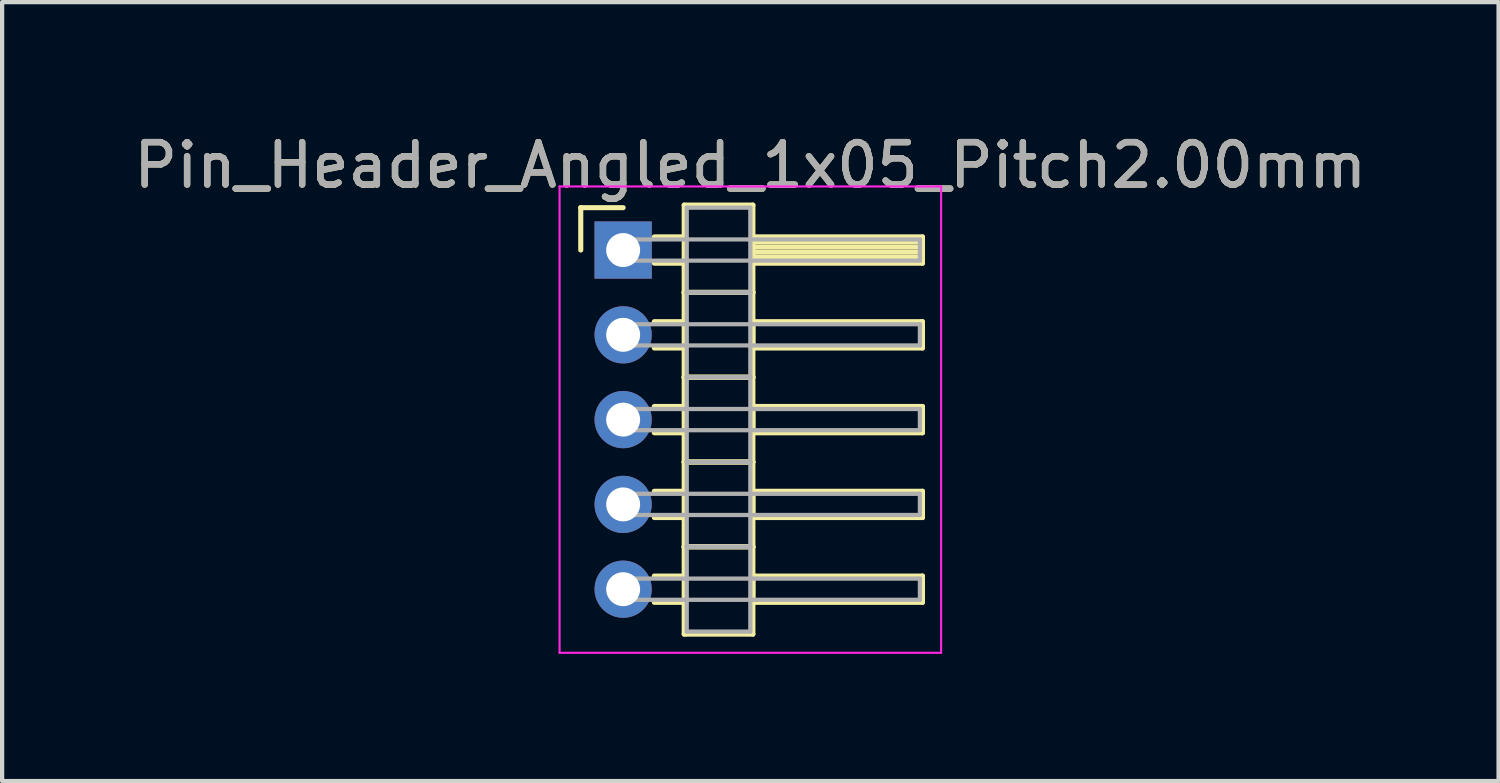
<source format=kicad_pcb>
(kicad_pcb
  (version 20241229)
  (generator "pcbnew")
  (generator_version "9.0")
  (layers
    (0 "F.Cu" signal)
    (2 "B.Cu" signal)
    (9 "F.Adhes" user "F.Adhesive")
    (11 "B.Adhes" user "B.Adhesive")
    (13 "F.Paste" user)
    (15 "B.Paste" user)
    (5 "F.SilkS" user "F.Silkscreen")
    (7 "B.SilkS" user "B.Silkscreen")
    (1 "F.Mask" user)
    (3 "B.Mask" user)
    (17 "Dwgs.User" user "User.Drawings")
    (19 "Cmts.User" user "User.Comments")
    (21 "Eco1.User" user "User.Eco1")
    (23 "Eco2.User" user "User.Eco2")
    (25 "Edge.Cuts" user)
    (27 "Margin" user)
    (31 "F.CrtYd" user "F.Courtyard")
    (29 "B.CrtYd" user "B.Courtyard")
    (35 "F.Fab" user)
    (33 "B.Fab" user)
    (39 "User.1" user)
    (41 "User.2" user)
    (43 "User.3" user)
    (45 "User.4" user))
  (footprint "Pin_Header_Angled_1x05_Pitch2.00mm"
    (layer "F.Cu")
    (at 11.649 2.848)
    (property "Reference" "Pin_Header_Angled_1x05_Pitch2.00mm" (at 3 -2 0) (layer "F.SilkS") (effects (font (size 1 1) (thickness 0.15))))
    (attr through_hole)
    (fp_line (start -1 -1) (end 0 -1) (stroke (width 0.12) (type solid)) (layer "F.SilkS"))
    (fp_line (start -1 0) (end -1 -1) (stroke (width 0.12) (type solid)) (layer "F.SilkS"))
    (fp_line (start 0.735 -0.31) (end 1.44 -0.31) (stroke (width 0.12) (type solid)) (layer "F.SilkS"))
    (fp_line (start 0.735 0.31) (end 1.44 0.31) (stroke (width 0.12) (type solid)) (layer "F.SilkS"))
    (fp_line (start 0.735 1.69) (end 1.44 1.69) (stroke (width 0.12) (type solid)) (layer "F.SilkS"))
    (fp_line (start 0.735 2.31) (end 1.44 2.31) (stroke (width 0.12) (type solid)) (layer "F.SilkS"))
    (fp_line (start 0.735 3.69) (end 1.44 3.69) (stroke (width 0.12) (type solid)) (layer "F.SilkS"))
    (fp_line (start 0.735 4.31) (end 1.44 4.31) (stroke (width 0.12) (type solid)) (layer "F.SilkS"))
    (fp_line (start 0.735 5.69) (end 1.44 5.69) (stroke (width 0.12) (type solid)) (layer "F.SilkS"))
    (fp_line (start 0.735 6.31) (end 1.44 6.31) (stroke (width 0.12) (type solid)) (layer "F.SilkS"))
    (fp_line (start 0.735 7.69) (end 1.44 7.69) (stroke (width 0.12) (type solid)) (layer "F.SilkS"))
    (fp_line (start 0.735 8.31) (end 1.44 8.31) (stroke (width 0.12) (type solid)) (layer "F.SilkS"))
    (fp_line (start 1.44 -1.06) (end 1.44 1) (stroke (width 0.12) (type solid)) (layer "F.SilkS"))
    (fp_line (start 1.44 1) (end 1.44 3) (stroke (width 0.12) (type solid)) (layer "F.SilkS"))
    (fp_line (start 1.44 1) (end 3.06 1) (stroke (width 0.12) (type solid)) (layer "F.SilkS"))
    (fp_line (start 1.44 3) (end 1.44 5) (stroke (width 0.12) (type solid)) (layer "F.SilkS"))
    (fp_line (start 1.44 3) (end 3.06 3) (stroke (width 0.12) (type solid)) (layer "F.SilkS"))
    (fp_line (start 1.44 5) (end 1.44 7) (stroke (width 0.12) (type solid)) (layer "F.SilkS"))
    (fp_line (start 1.44 5) (end 3.06 5) (stroke (width 0.12) (type solid)) (layer "F.SilkS"))
    (fp_line (start 1.44 7) (end 1.44 9.06) (stroke (width 0.12) (type solid)) (layer "F.SilkS"))
    (fp_line (start 1.44 7) (end 3.06 7) (stroke (width 0.12) (type solid)) (layer "F.SilkS"))
    (fp_line (start 1.44 9.06) (end 3.06 9.06) (stroke (width 0.12) (type solid)) (layer "F.SilkS"))
    (fp_line (start 3.06 -1.06) (end 1.44 -1.06) (stroke (width 0.12) (type solid)) (layer "F.SilkS"))
    (fp_line (start 3.06 -0.31) (end 3.06 0.31) (stroke (width 0.12) (type solid)) (layer "F.SilkS"))
    (fp_line (start 3.06 -0.19) (end 7.06 -0.19) (stroke (width 0.12) (type solid)) (layer "F.SilkS"))
    (fp_line (start 3.06 -0.07) (end 7.06 -0.07) (stroke (width 0.12) (type solid)) (layer "F.SilkS"))
    (fp_line (start 3.06 0.05) (end 7.06 0.05) (stroke (width 0.12) (type solid)) (layer "F.SilkS"))
    (fp_line (start 3.06 0.17) (end 7.06 0.17) (stroke (width 0.12) (type solid)) (layer "F.SilkS"))
    (fp_line (start 3.06 0.29) (end 7.06 0.29) (stroke (width 0.12) (type solid)) (layer "F.SilkS"))
    (fp_line (start 3.06 0.31) (end 7.06 0.31) (stroke (width 0.12) (type solid)) (layer "F.SilkS"))
    (fp_line (start 3.06 1) (end 1.44 1) (stroke (width 0.12) (type solid)) (layer "F.SilkS"))
    (fp_line (start 3.06 1) (end 3.06 -1.06) (stroke (width 0.12) (type solid)) (layer "F.SilkS"))
    (fp_line (start 3.06 1.69) (end 3.06 2.31) (stroke (width 0.12) (type solid)) (layer "F.SilkS"))
    (fp_line (start 3.06 2.31) (end 7.06 2.31) (stroke (width 0.12) (type solid)) (layer "F.SilkS"))
    (fp_line (start 3.06 3) (end 1.44 3) (stroke (width 0.12) (type solid)) (layer "F.SilkS"))
    (fp_line (start 3.06 3) (end 3.06 1) (stroke (width 0.12) (type solid)) (layer "F.SilkS"))
    (fp_line (start 3.06 3.69) (end 3.06 4.31) (stroke (width 0.12) (type solid)) (layer "F.SilkS"))
    (fp_line (start 3.06 4.31) (end 7.06 4.31) (stroke (width 0.12) (type solid)) (layer "F.SilkS"))
    (fp_line (start 3.06 5) (end 1.44 5) (stroke (width 0.12) (type solid)) (layer "F.SilkS"))
    (fp_line (start 3.06 5) (end 3.06 3) (stroke (width 0.12) (type solid)) (layer "F.SilkS"))
    (fp_line (start 3.06 5.69) (end 3.06 6.31) (stroke (width 0.12) (type solid)) (layer "F.SilkS"))
    (fp_line (start 3.06 6.31) (end 7.06 6.31) (stroke (width 0.12) (type solid)) (layer "F.SilkS"))
    (fp_line (start 3.06 7) (end 1.44 7) (stroke (width 0.12) (type solid)) (layer "F.SilkS"))
    (fp_line (start 3.06 7) (end 3.06 5) (stroke (width 0.12) (type solid)) (layer "F.SilkS"))
    (fp_line (start 3.06 7.69) (end 3.06 8.31) (stroke (width 0.12) (type solid)) (layer "F.SilkS"))
    (fp_line (start 3.06 8.31) (end 7.06 8.31) (stroke (width 0.12) (type solid)) (layer "F.SilkS"))
    (fp_line (start 3.06 9.06) (end 3.06 7) (stroke (width 0.12) (type solid)) (layer "F.SilkS"))
    (fp_line (start 7.06 -0.31) (end 3.06 -0.31) (stroke (width 0.12) (type solid)) (layer "F.SilkS"))
    (fp_line (start 7.06 0.31) (end 7.06 -0.31) (stroke (width 0.12) (type solid)) (layer "F.SilkS"))
    (fp_line (start 7.06 1.69) (end 3.06 1.69) (stroke (width 0.12) (type solid)) (layer "F.SilkS"))
    (fp_line (start 7.06 2.31) (end 7.06 1.69) (stroke (width 0.12) (type solid)) (layer "F.SilkS"))
    (fp_line (start 7.06 3.69) (end 3.06 3.69) (stroke (width 0.12) (type solid)) (layer "F.SilkS"))
    (fp_line (start 7.06 4.31) (end 7.06 3.69) (stroke (width 0.12) (type solid)) (layer "F.SilkS"))
    (fp_line (start 7.06 5.69) (end 3.06 5.69) (stroke (width 0.12) (type solid)) (layer "F.SilkS"))
    (fp_line (start 7.06 6.31) (end 7.06 5.69) (stroke (width 0.12) (type solid)) (layer "F.SilkS"))
    (fp_line (start 7.06 7.69) (end 3.06 7.69) (stroke (width 0.12) (type solid)) (layer "F.SilkS"))
    (fp_line (start 7.06 8.31) (end 7.06 7.69) (stroke (width 0.12) (type solid)) (layer "F.SilkS"))
    (fp_line (start -1.5 -1.5) (end -1.5 9.5) (stroke (width 0.05) (type solid)) (layer "F.CrtYd"))
    (fp_line (start -1.5 9.5) (end 7.5 9.5) (stroke (width 0.05) (type solid)) (layer "F.CrtYd"))
    (fp_line (start 7.5 -1.5) (end -1.5 -1.5) (stroke (width 0.05) (type solid)) (layer "F.CrtYd"))
    (fp_line (start 7.5 9.5) (end 7.5 -1.5) (stroke (width 0.05) (type solid)) (layer "F.CrtYd"))
    (fp_line (start 0 -0.25) (end 0 0.25) (stroke (width 0.1) (type solid)) (layer "F.Fab"))
    (fp_line (start 0 0.25) (end 7 0.25) (stroke (width 0.1) (type solid)) (layer "F.Fab"))
    (fp_line (start 0 1.75) (end 0 2.25) (stroke (width 0.1) (type solid)) (layer "F.Fab"))
    (fp_line (start 0 2.25) (end 7 2.25) (stroke (width 0.1) (type solid)) (layer "F.Fab"))
    (fp_line (start 0 3.75) (end 0 4.25) (stroke (width 0.1) (type solid)) (layer "F.Fab"))
    (fp_line (start 0 4.25) (end 7 4.25) (stroke (width 0.1) (type solid)) (layer "F.Fab"))
    (fp_line (start 0 5.75) (end 0 6.25) (stroke (width 0.1) (type solid)) (layer "F.Fab"))
    (fp_line (start 0 6.25) (end 7 6.25) (stroke (width 0.1) (type solid)) (layer "F.Fab"))
    (fp_line (start 0 7.75) (end 0 8.25) (stroke (width 0.1) (type solid)) (layer "F.Fab"))
    (fp_line (start 0 8.25) (end 7 8.25) (stroke (width 0.1) (type solid)) (layer "F.Fab"))
    (fp_line (start 1.5 -1) (end 1.5 1) (stroke (width 0.1) (type solid)) (layer "F.Fab"))
    (fp_line (start 1.5 1) (end 1.5 3) (stroke (width 0.1) (type solid)) (layer "F.Fab"))
    (fp_line (start 1.5 1) (end 3 1) (stroke (width 0.1) (type solid)) (layer "F.Fab"))
    (fp_line (start 1.5 3) (end 1.5 5) (stroke (width 0.1) (type solid)) (layer "F.Fab"))
    (fp_line (start 1.5 3) (end 3 3) (stroke (width 0.1) (type solid)) (layer "F.Fab"))
    (fp_line (start 1.5 5) (end 1.5 7) (stroke (width 0.1) (type solid)) (layer "F.Fab"))
    (fp_line (start 1.5 5) (end 3 5) (stroke (width 0.1) (type solid)) (layer "F.Fab"))
    (fp_line (start 1.5 7) (end 1.5 9) (stroke (width 0.1) (type solid)) (layer "F.Fab"))
    (fp_line (start 1.5 7) (end 3 7) (stroke (width 0.1) (type solid)) (layer "F.Fab"))
    (fp_line (start 1.5 9) (end 3 9) (stroke (width 0.1) (type solid)) (layer "F.Fab"))
    (fp_line (start 3 -1) (end 1.5 -1) (stroke (width 0.1) (type solid)) (layer "F.Fab"))
    (fp_line (start 3 1) (end 1.5 1) (stroke (width 0.1) (type solid)) (layer "F.Fab"))
    (fp_line (start 3 1) (end 3 -1) (stroke (width 0.1) (type solid)) (layer "F.Fab"))
    (fp_line (start 3 3) (end 1.5 3) (stroke (width 0.1) (type solid)) (layer "F.Fab"))
    (fp_line (start 3 3) (end 3 1) (stroke (width 0.1) (type solid)) (layer "F.Fab"))
    (fp_line (start 3 5) (end 1.5 5) (stroke (width 0.1) (type solid)) (layer "F.Fab"))
    (fp_line (start 3 5) (end 3 3) (stroke (width 0.1) (type solid)) (layer "F.Fab"))
    (fp_line (start 3 7) (end 1.5 7) (stroke (width 0.1) (type solid)) (layer "F.Fab"))
    (fp_line (start 3 7) (end 3 5) (stroke (width 0.1) (type solid)) (layer "F.Fab"))
    (fp_line (start 3 9) (end 3 7) (stroke (width 0.1) (type solid)) (layer "F.Fab"))
    (fp_line (start 7 -0.25) (end 0 -0.25) (stroke (width 0.1) (type solid)) (layer "F.Fab"))
    (fp_line (start 7 0.25) (end 7 -0.25) (stroke (width 0.1) (type solid)) (layer "F.Fab"))
    (fp_line (start 7 1.75) (end 0 1.75) (stroke (width 0.1) (type solid)) (layer "F.Fab"))
    (fp_line (start 7 2.25) (end 7 1.75) (stroke (width 0.1) (type solid)) (layer "F.Fab"))
    (fp_line (start 7 3.75) (end 0 3.75) (stroke (width 0.1) (type solid)) (layer "F.Fab"))
    (fp_line (start 7 4.25) (end 7 3.75) (stroke (width 0.1) (type solid)) (layer "F.Fab"))
    (fp_line (start 7 5.75) (end 0 5.75) (stroke (width 0.1) (type solid)) (layer "F.Fab"))
    (fp_line (start 7 6.25) (end 7 5.75) (stroke (width 0.1) (type solid)) (layer "F.Fab"))
    (fp_line (start 7 7.75) (end 0 7.75) (stroke (width 0.1) (type solid)) (layer "F.Fab"))
    (fp_line (start 7 8.25) (end 7 7.75) (stroke (width 0.1) (type solid)) (layer "F.Fab"))
    (fp_text user "${REFERENCE}" (at 3 -2 0) (layer "F.Fab") (effects (font (size 1 1) (thickness 0.15))))
    (pad "1" thru_hole rect (at 0 0) (size 1.35 1.35) (drill 0.8) (layers "*.Cu" "*.Mask"))
    (pad "2" thru_hole oval (at 0 2) (size 1.35 1.35) (drill 0.8) (layers "*.Cu" "*.Mask"))
    (pad "3" thru_hole oval (at 0 4) (size 1.35 1.35) (drill 0.8) (layers "*.Cu" "*.Mask"))
    (pad "4" thru_hole oval (at 0 6) (size 1.35 1.35) (drill 0.8) (layers "*.Cu" "*.Mask"))
    (pad "5" thru_hole oval (at 0 8) (size 1.35 1.35) (drill 0.8) (layers "*.Cu" "*.Mask")))
  (gr_rect
    (start -3 -3)
    (end 32.298 15.373)
    (stroke (width 0.1) (type default))
    (fill no)
    (layer "Edge.Cuts")))
</source>
